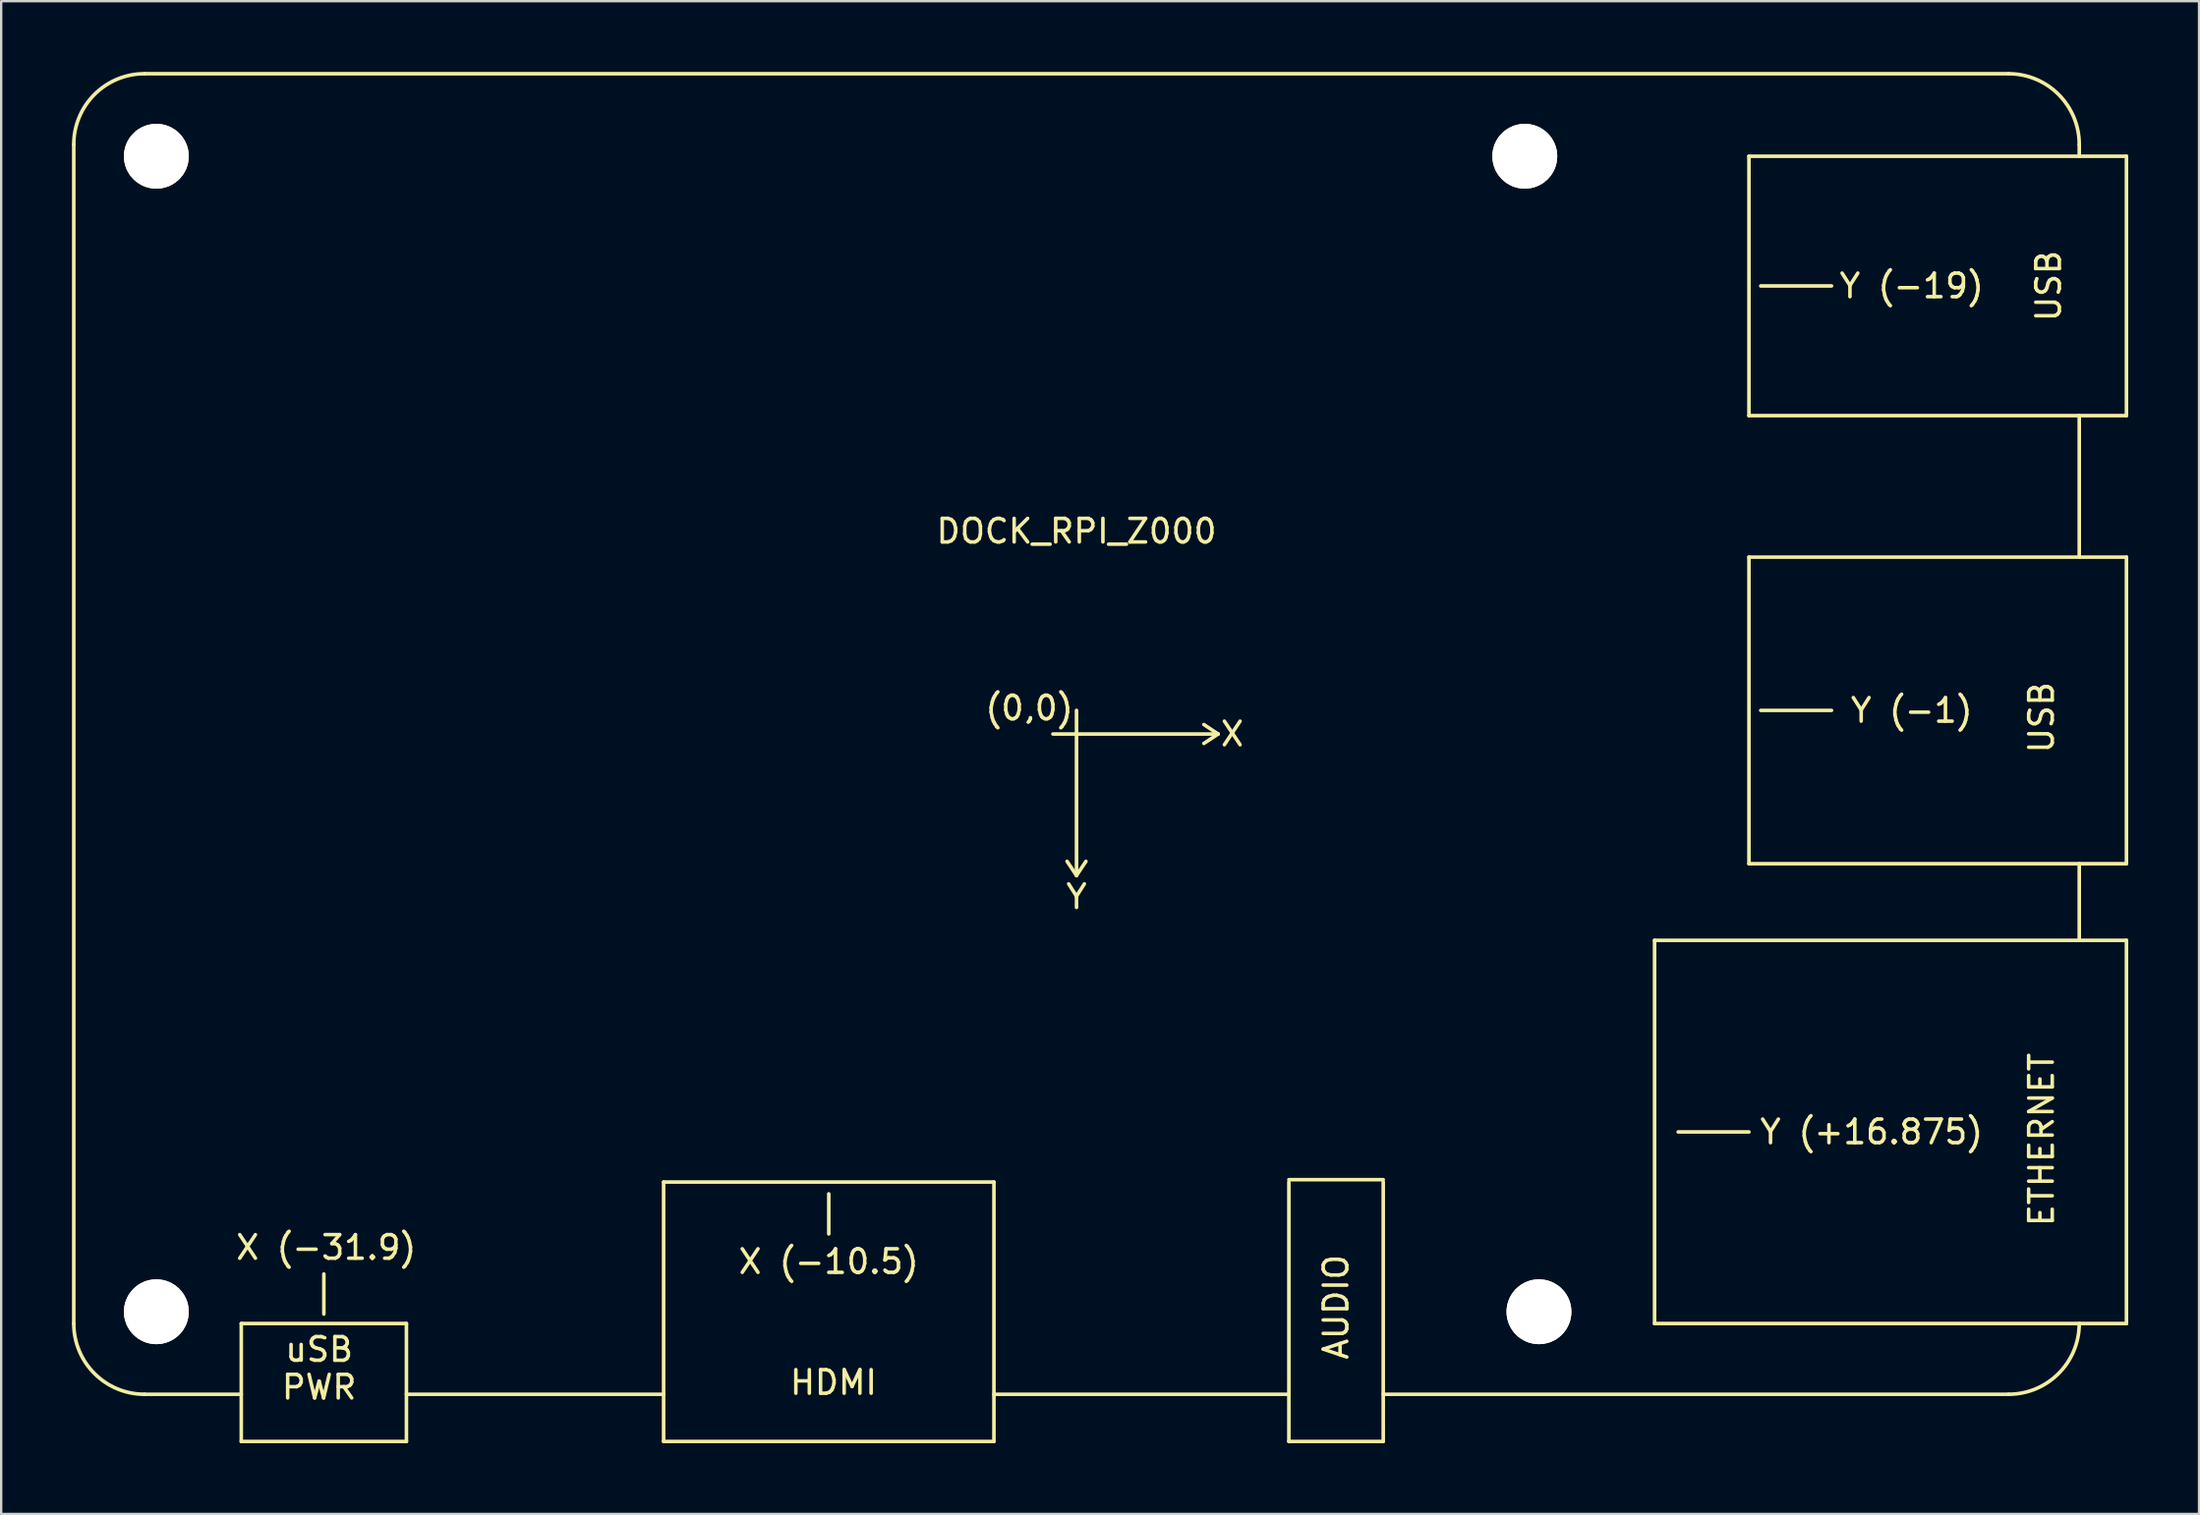
<source format=kicad_pcb>
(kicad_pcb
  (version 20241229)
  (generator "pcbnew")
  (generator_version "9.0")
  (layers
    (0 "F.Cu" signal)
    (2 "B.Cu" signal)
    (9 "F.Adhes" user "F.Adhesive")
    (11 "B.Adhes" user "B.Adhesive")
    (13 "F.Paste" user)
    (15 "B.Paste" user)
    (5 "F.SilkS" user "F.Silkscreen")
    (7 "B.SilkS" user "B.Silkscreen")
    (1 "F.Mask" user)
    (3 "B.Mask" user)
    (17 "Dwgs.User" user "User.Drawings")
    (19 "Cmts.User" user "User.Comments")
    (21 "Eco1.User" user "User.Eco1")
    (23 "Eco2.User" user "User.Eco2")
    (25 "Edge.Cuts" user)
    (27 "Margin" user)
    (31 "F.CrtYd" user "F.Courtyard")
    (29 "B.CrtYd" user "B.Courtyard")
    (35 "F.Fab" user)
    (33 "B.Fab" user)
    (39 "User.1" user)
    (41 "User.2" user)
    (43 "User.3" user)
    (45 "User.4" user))
  (footprint "DOCK_RPI_Z000"
    (layer "F.Cu")
    (at 42.576 28.076)
    (property "Reference" "DOCK_RPI_Z000" (at 0 -8.6 0) (layer "F.SilkS") (effects (font (size 1 1) (thickness 0.15))))
    (attr through_hole)
    (fp_line (start -42.5 -25) (end -42.5 25) (stroke (width 0.152) (type solid)) (layer "F.SilkS"))
    (fp_line (start -39.5 -28) (end 39.5 -28) (stroke (width 0.152) (type solid)) (layer "F.SilkS"))
    (fp_line (start -35.4 25) (end -35.4 30) (stroke (width 0.152) (type solid)) (layer "F.SilkS"))
    (fp_line (start -35.4 25) (end -28.4 25) (stroke (width 0.152) (type solid)) (layer "F.SilkS"))
    (fp_line (start -35.4 28) (end -39.5 28) (stroke (width 0.152) (type solid)) (layer "F.SilkS"))
    (fp_line (start -35.4 30) (end -28.4 30) (stroke (width 0.152) (type solid)) (layer "F.SilkS"))
    (fp_line (start -31.9 22.9) (end -31.9 24.6) (stroke (width 0.152) (type solid)) (layer "F.SilkS"))
    (fp_line (start -28.4 25) (end -28.4 30) (stroke (width 0.152) (type solid)) (layer "F.SilkS"))
    (fp_line (start -17.5 19) (end -17.5 30) (stroke (width 0.152) (type solid)) (layer "F.SilkS"))
    (fp_line (start -17.5 19) (end -3.5 19) (stroke (width 0.152) (type solid)) (layer "F.SilkS"))
    (fp_line (start -17.5 28) (end -28.4 28) (stroke (width 0.152) (type solid)) (layer "F.SilkS"))
    (fp_line (start -17.5 30) (end -3.5 30) (stroke (width 0.152) (type solid)) (layer "F.SilkS"))
    (fp_line (start -10.5 19.5) (end -10.5 21.2) (stroke (width 0.152) (type solid)) (layer "F.SilkS"))
    (fp_line (start -3.5 19) (end -3.5 30) (stroke (width 0.152) (type solid)) (layer "F.SilkS"))
    (fp_line (start -1 0) (end 6 0) (stroke (width 0.152) (type solid)) (layer "F.SilkS"))
    (fp_line (start 0 -1) (end 0 6) (stroke (width 0.152) (type solid)) (layer "F.SilkS"))
    (fp_line (start 0 6) (end -0.4 5.4) (stroke (width 0.152) (type solid)) (layer "F.SilkS"))
    (fp_line (start 0 6) (end 0.4 5.4) (stroke (width 0.152) (type solid)) (layer "F.SilkS"))
    (fp_line (start 6 0) (end 5.4 -0.4) (stroke (width 0.152) (type solid)) (layer "F.SilkS"))
    (fp_line (start 6 0) (end 5.4 0.4) (stroke (width 0.152) (type solid)) (layer "F.SilkS"))
    (fp_line (start 9 18.9) (end 13 18.9) (stroke (width 0.152) (type solid)) (layer "F.SilkS"))
    (fp_line (start 9 19) (end 9 30) (stroke (width 0.152) (type solid)) (layer "F.SilkS"))
    (fp_line (start 9 28) (end -3.5 28) (stroke (width 0.152) (type solid)) (layer "F.SilkS"))
    (fp_line (start 9 30) (end 13 30) (stroke (width 0.152) (type solid)) (layer "F.SilkS"))
    (fp_line (start 13 19) (end 13 30) (stroke (width 0.152) (type solid)) (layer "F.SilkS"))
    (fp_line (start 13 28) (end 39.5 28) (stroke (width 0.152) (type solid)) (layer "F.SilkS"))
    (fp_line (start 24.5 8.75) (end 24.5 25) (stroke (width 0.152) (type solid)) (layer "F.SilkS"))
    (fp_line (start 25.5 16.875) (end 28.5 16.875) (stroke (width 0.152) (type solid)) (layer "F.SilkS"))
    (fp_line (start 28.5 -24.5) (end 28.5 -13.5) (stroke (width 0.152) (type solid)) (layer "F.SilkS"))
    (fp_line (start 28.5 -7.5) (end 28.5 5.5) (stroke (width 0.152) (type solid)) (layer "F.SilkS"))
    (fp_line (start 29 -19) (end 32 -19) (stroke (width 0.152) (type solid)) (layer "F.SilkS"))
    (fp_line (start 29 -1) (end 32 -1) (stroke (width 0.152) (type solid)) (layer "F.SilkS"))
    (fp_line (start 42.5 -25) (end 42.5 -24.5) (stroke (width 0.152) (type solid)) (layer "F.SilkS"))
    (fp_line (start 42.5 -13.5) (end 42.5 -7.5) (stroke (width 0.152) (type solid)) (layer "F.SilkS"))
    (fp_line (start 42.5 5.5) (end 42.5 8.7) (stroke (width 0.152) (type solid)) (layer "F.SilkS"))
    (fp_line (start 44.5 -24.5) (end 28.5 -24.5) (stroke (width 0.152) (type solid)) (layer "F.SilkS"))
    (fp_line (start 44.5 -24.5) (end 44.5 -13.5) (stroke (width 0.152) (type solid)) (layer "F.SilkS"))
    (fp_line (start 44.5 -13.5) (end 28.5 -13.5) (stroke (width 0.152) (type solid)) (layer "F.SilkS"))
    (fp_line (start 44.5 -7.5) (end 28.5 -7.5) (stroke (width 0.152) (type solid)) (layer "F.SilkS"))
    (fp_line (start 44.5 -7.5) (end 44.5 5.5) (stroke (width 0.152) (type solid)) (layer "F.SilkS"))
    (fp_line (start 44.5 5.5) (end 28.5 5.5) (stroke (width 0.152) (type solid)) (layer "F.SilkS"))
    (fp_line (start 44.5 8.75) (end 24.5 8.75) (stroke (width 0.152) (type solid)) (layer "F.SilkS"))
    (fp_line (start 44.5 8.75) (end 44.5 25) (stroke (width 0.152) (type solid)) (layer "F.SilkS"))
    (fp_line (start 44.5 25) (end 24.5 25) (stroke (width 0.152) (type solid)) (layer "F.SilkS"))
    (fp_arc (start -42.5 -25) (mid -41.62132 -27.12132) (end -39.5 -28) (stroke (width 0.1524) (type solid)) (layer "F.SilkS"))
    (fp_arc (start -39.5 28) (mid -41.62132 27.12132) (end -42.5 25) (stroke (width 0.1524) (type solid)) (layer "F.SilkS"))
    (fp_arc (start 39.5 -28) (mid 41.62132 -27.12132) (end 42.5 -25) (stroke (width 0.1524) (type solid)) (layer "F.SilkS"))
    (fp_arc (start 42.5 25) (mid 41.62132 27.12132) (end 39.5 28) (stroke (width 0.1524) (type solid)) (layer "F.SilkS"))
    (fp_text user "HDMI" (at -10.3 27.5 0) (layer "F.SilkS") (effects (font (size 1 1) (thickness 0.15))))
    (fp_text user "uSB" (at -32.1 26.1 0) (layer "F.SilkS") (effects (font (size 1 1) (thickness 0.15))))
    (fp_text user "USB" (at 40.9 -0.7 90) (layer "F.SilkS") (effects (font (size 1 1) (thickness 0.15))))
    (fp_text user "Y (+16.875)" (at 33.7 16.875 0) (layer "F.SilkS") (effects (font (size 1 1) (thickness 0.15))))
    (fp_text user "USB" (at 41.2 -19 90) (layer "F.SilkS") (effects (font (size 1 1) (thickness 0.15))))
    (fp_text user "Y" (at 0 6.9 0) (layer "F.SilkS") (effects (font (size 1 1) (thickness 0.15))))
    (fp_text user "ETHERNET" (at 40.9 17.2 90) (layer "F.SilkS") (effects (font (size 1 1) (thickness 0.15))))
    (fp_text user "Y (-1)" (at 35.4 -1 0) (layer "F.SilkS") (effects (font (size 1 1) (thickness 0.15))))
    (fp_text user "X (-31.9)" (at -31.8 21.775 0) (layer "F.SilkS") (effects (font (size 1 1) (thickness 0.15))))
    (fp_text user "Y (-19)" (at 35.4 -19 0) (layer "F.SilkS") (effects (font (size 1 1) (thickness 0.15))))
    (fp_text user "X" (at 6.6 0 0) (layer "F.SilkS") (effects (font (size 1 1) (thickness 0.15))))
    (fp_text user "AUDIO" (at 11 24.3 90) (layer "F.SilkS") (effects (font (size 1 1) (thickness 0.15))))
    (fp_text user "X (-10.5)" (at -10.5 22.375 0) (layer "F.SilkS") (effects (font (size 1 1) (thickness 0.15))))
    (fp_text user "(0,0)" (at -2 -1.1 0) (layer "F.SilkS") (effects (font (size 1 1) (thickness 0.15))))
    (fp_text user "PWR" (at -32.1 27.7 0) (layer "F.SilkS") (effects (font (size 1 1) (thickness 0.15))))
    (pad "" np_thru_hole circle (at -39 -24.5) (size 2.75 2.75) (drill 2.75) (layers "*.Cu" "*.Mask" "F.SilkS"))
    (pad "" np_thru_hole circle (at -39 24.5) (size 2.75 2.75) (drill 2.75) (layers "*.Cu" "*.Mask" "F.SilkS"))
    (pad "" np_thru_hole circle (at 19 -24.5) (size 2.75 2.75) (drill 2.75) (layers "*.Cu" "*.Mask" "F.SilkS"))
    (pad "" np_thru_hole circle (at 19.6 24.5) (size 2.75 2.75) (drill 2.75) (layers "*.Cu" "*.Mask" "F.SilkS")))
  (gr_rect
    (start -3 -3)
    (end 90.152 61.152)
    (stroke (width 0.1) (type default))
    (fill no)
    (layer "Edge.Cuts")))
</source>
